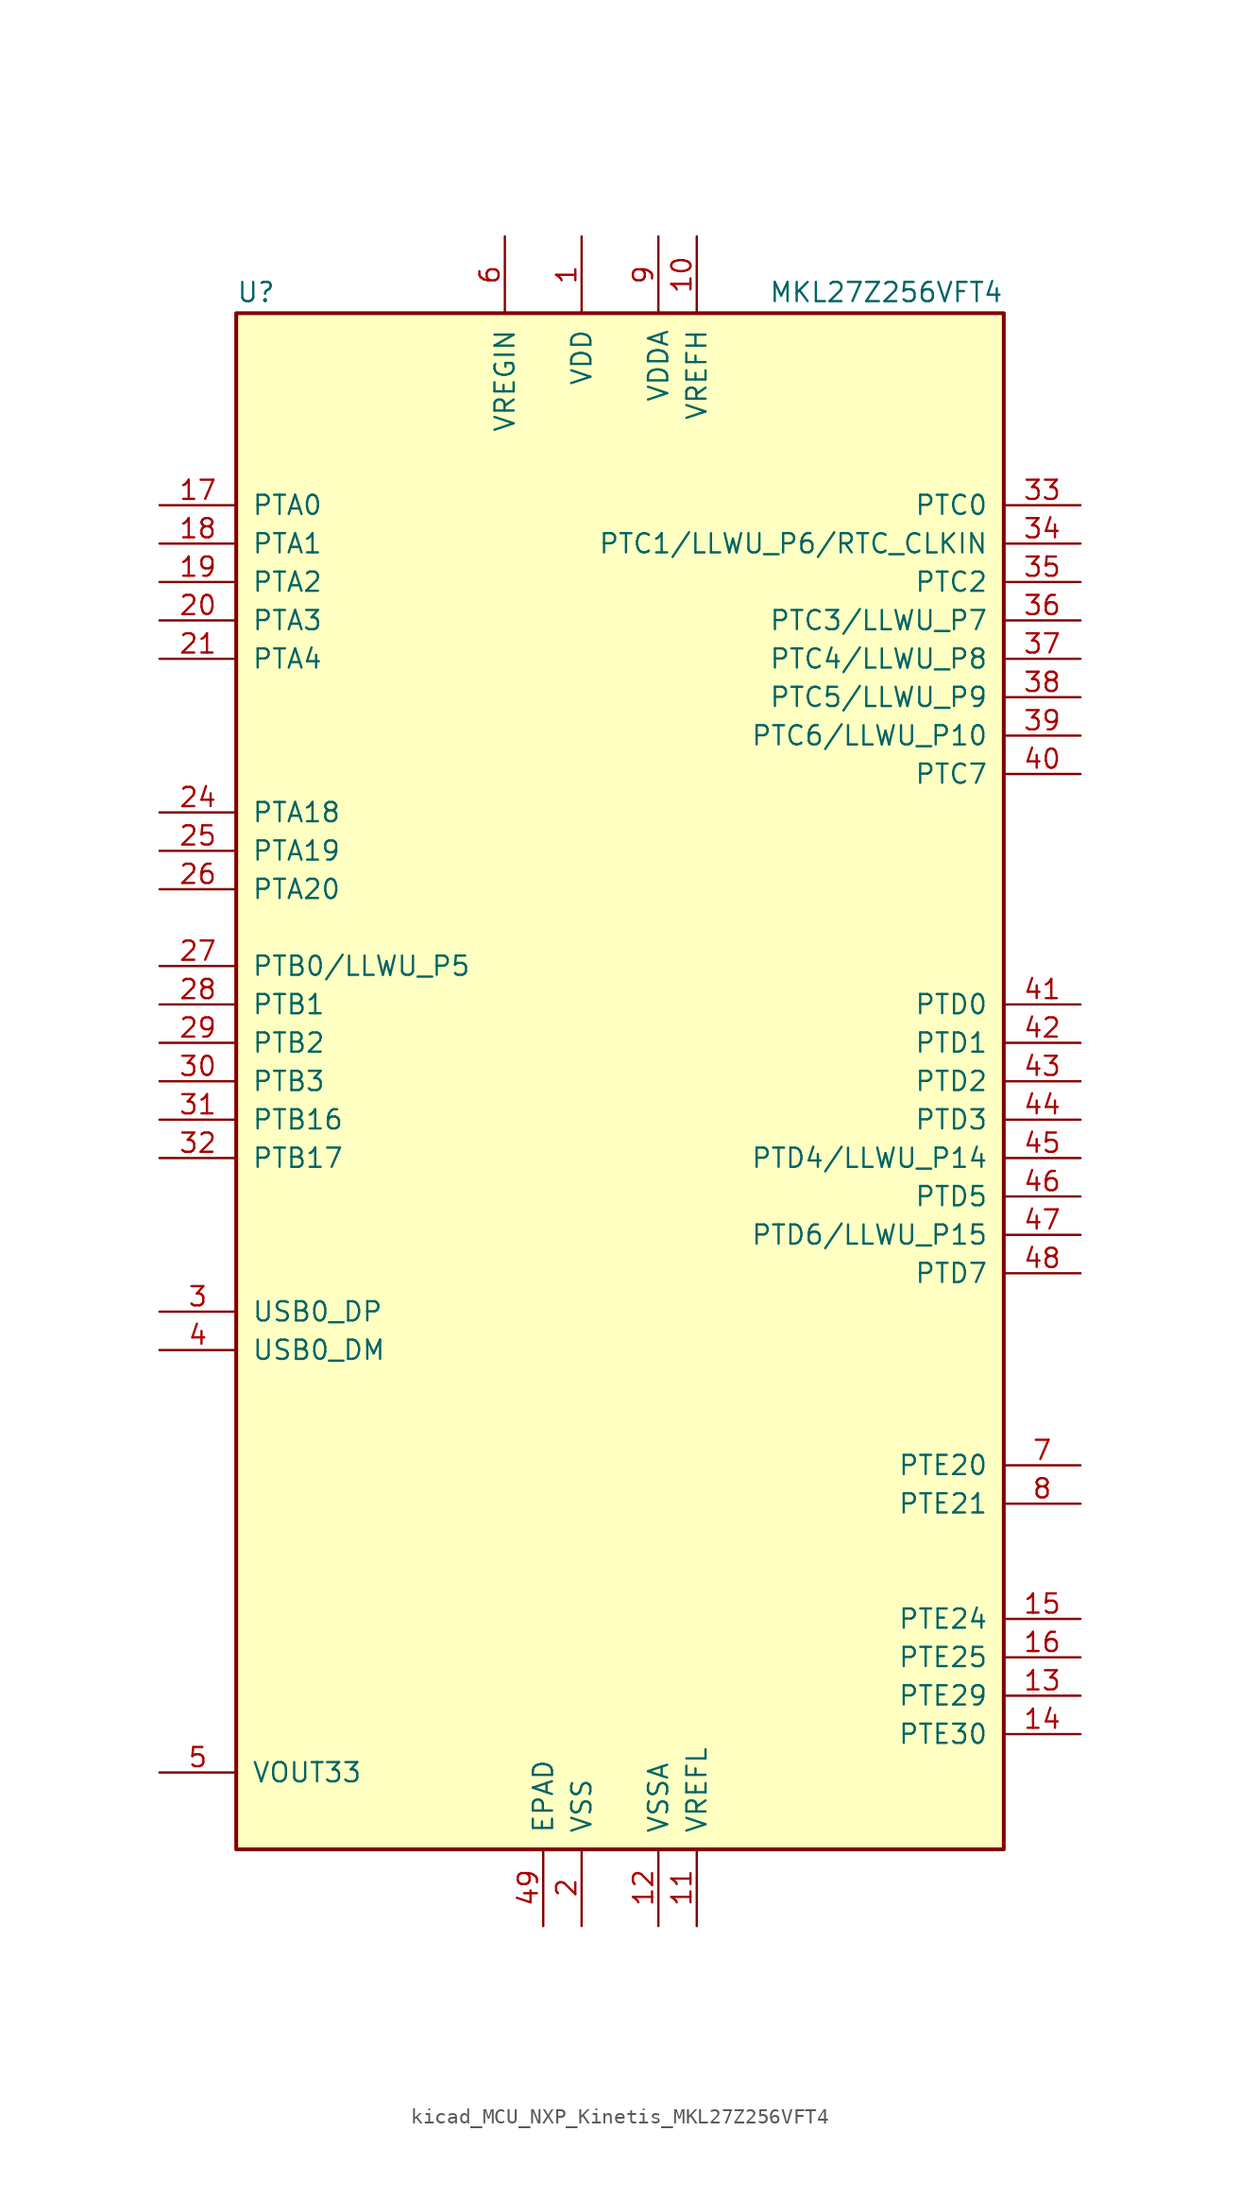
<source format=kicad_sym>
(kicad_symbol_lib
  (version 20220914)
  (generator kicad_symbol_editor)
  (symbol "kicad_MCU_NXP_Kinetis_MKL27Z256VFT4"
    (pin_names
      (offset 1.016))
    (property "Reference" "U"
      (at -25.4 51.435 0)
      (effects (font (size 1.27 1.27)) (justify left bottom)))
    (property "Value" "MKL27Z256VFT4"
      (at 25.4 51.435 0)
      (effects (font (size 1.27 1.27)) (justify right bottom)))
    (symbol "kicad_MCU_NXP_Kinetis_MKL27Z256VFT4_0_1"
      (rectangle (start -25.4 50.8) (end 25.4 -50.8) (stroke (width 0.254) (type default)) (fill (type background))))
    (symbol "kicad_MCU_NXP_Kinetis_MKL27Z256VFT4_1_1"
      (pin power_in line (at -2.54 55.88 270) (length 5.08) (name "VDD" (effects (font (size 1.27 1.27)))) (number "1" (effects (font (size 1.27 1.27)))))
      (pin power_in line (at 5.08 55.88 270) (length 5.08) (name "VREFH" (effects (font (size 1.27 1.27)))) (number "10" (effects (font (size 1.27 1.27)))))
      (pin power_in line (at 5.08 -55.88 90) (length 5.08) (name "VREFL" (effects (font (size 1.27 1.27)))) (number "11" (effects (font (size 1.27 1.27)))))
      (pin power_in line (at 2.54 -55.88 90) (length 5.08) (name "VSSA" (effects (font (size 1.27 1.27)))) (number "12" (effects (font (size 1.27 1.27)))))
      (pin bidirectional line (at 30.48 -40.64 180) (length 5.08) (name "PTE29" (effects (font (size 1.27 1.27)))) (number "13" (effects (font (size 1.27 1.27)))))
      (pin bidirectional line (at 30.48 -43.18 180) (length 5.08) (name "PTE30" (effects (font (size 1.27 1.27)))) (number "14" (effects (font (size 1.27 1.27)))))
      (pin bidirectional line (at 30.48 -35.56 180) (length 5.08) (name "PTE24" (effects (font (size 1.27 1.27)))) (number "15" (effects (font (size 1.27 1.27)))))
      (pin bidirectional line (at 30.48 -38.1 180) (length 5.08) (name "PTE25" (effects (font (size 1.27 1.27)))) (number "16" (effects (font (size 1.27 1.27)))))
      (pin bidirectional line (at -30.48 38.1 0) (length 5.08) (name "PTA0" (effects (font (size 1.27 1.27)))) (number "17" (effects (font (size 1.27 1.27)))))
      (pin bidirectional line (at -30.48 35.56 0) (length 5.08) (name "PTA1" (effects (font (size 1.27 1.27)))) (number "18" (effects (font (size 1.27 1.27)))))
      (pin bidirectional line (at -30.48 33.02 0) (length 5.08) (name "PTA2" (effects (font (size 1.27 1.27)))) (number "19" (effects (font (size 1.27 1.27)))))
      (pin power_in line (at -2.54 -55.88 90) (length 5.08) (name "VSS" (effects (font (size 1.27 1.27)))) (number "2" (effects (font (size 1.27 1.27)))))
      (pin bidirectional line (at -30.48 30.48 0) (length 5.08) (name "PTA3" (effects (font (size 1.27 1.27)))) (number "20" (effects (font (size 1.27 1.27)))))
      (pin bidirectional line (at -30.48 27.94 0) (length 5.08) (name "PTA4" (effects (font (size 1.27 1.27)))) (number "21" (effects (font (size 1.27 1.27)))))
      (pin passive line (at -2.54 55.88 270) (length 5.08) hide (name "VDD" (effects (font (size 1.27 1.27)))) (number "22" (effects (font (size 1.27 1.27)))))
      (pin passive line (at -2.54 -55.88 90) (length 5.08) hide (name "VSS" (effects (font (size 1.27 1.27)))) (number "23" (effects (font (size 1.27 1.27)))))
      (pin bidirectional line (at -30.48 17.78 0) (length 5.08) (name "PTA18" (effects (font (size 1.27 1.27)))) (number "24" (effects (font (size 1.27 1.27)))))
      (pin bidirectional line (at -30.48 15.24 0) (length 5.08) (name "PTA19" (effects (font (size 1.27 1.27)))) (number "25" (effects (font (size 1.27 1.27)))))
      (pin bidirectional line (at -30.48 12.7 0) (length 5.08) (name "PTA20" (effects (font (size 1.27 1.27)))) (number "26" (effects (font (size 1.27 1.27)))))
      (pin bidirectional line (at -30.48 7.62 0) (length 5.08) (name "PTB0/LLWU_P5" (effects (font (size 1.27 1.27)))) (number "27" (effects (font (size 1.27 1.27)))))
      (pin bidirectional line (at -30.48 5.08 0) (length 5.08) (name "PTB1" (effects (font (size 1.27 1.27)))) (number "28" (effects (font (size 1.27 1.27)))))
      (pin bidirectional line (at -30.48 2.54 0) (length 5.08) (name "PTB2" (effects (font (size 1.27 1.27)))) (number "29" (effects (font (size 1.27 1.27)))))
      (pin bidirectional line (at -30.48 -15.24 0) (length 5.08) (name "USB0_DP" (effects (font (size 1.27 1.27)))) (number "3" (effects (font (size 1.27 1.27)))))
      (pin bidirectional line (at -30.48 0 0) (length 5.08) (name "PTB3" (effects (font (size 1.27 1.27)))) (number "30" (effects (font (size 1.27 1.27)))))
      (pin bidirectional line (at -30.48 -2.54 0) (length 5.08) (name "PTB16" (effects (font (size 1.27 1.27)))) (number "31" (effects (font (size 1.27 1.27)))))
      (pin bidirectional line (at -30.48 -5.08 0) (length 5.08) (name "PTB17" (effects (font (size 1.27 1.27)))) (number "32" (effects (font (size 1.27 1.27)))))
      (pin bidirectional line (at 30.48 38.1 180) (length 5.08) (name "PTC0" (effects (font (size 1.27 1.27)))) (number "33" (effects (font (size 1.27 1.27)))))
      (pin bidirectional line (at 30.48 35.56 180) (length 5.08) (name "PTC1/LLWU_P6/RTC_CLKIN" (effects (font (size 1.27 1.27)))) (number "34" (effects (font (size 1.27 1.27)))))
      (pin bidirectional line (at 30.48 33.02 180) (length 5.08) (name "PTC2" (effects (font (size 1.27 1.27)))) (number "35" (effects (font (size 1.27 1.27)))))
      (pin bidirectional line (at 30.48 30.48 180) (length 5.08) (name "PTC3/LLWU_P7" (effects (font (size 1.27 1.27)))) (number "36" (effects (font (size 1.27 1.27)))))
      (pin bidirectional line (at 30.48 27.94 180) (length 5.08) (name "PTC4/LLWU_P8" (effects (font (size 1.27 1.27)))) (number "37" (effects (font (size 1.27 1.27)))))
      (pin bidirectional line (at 30.48 25.4 180) (length 5.08) (name "PTC5/LLWU_P9" (effects (font (size 1.27 1.27)))) (number "38" (effects (font (size 1.27 1.27)))))
      (pin bidirectional line (at 30.48 22.86 180) (length 5.08) (name "PTC6/LLWU_P10" (effects (font (size 1.27 1.27)))) (number "39" (effects (font (size 1.27 1.27)))))
      (pin bidirectional line (at -30.48 -17.78 0) (length 5.08) (name "USB0_DM" (effects (font (size 1.27 1.27)))) (number "4" (effects (font (size 1.27 1.27)))))
      (pin bidirectional line (at 30.48 20.32 180) (length 5.08) (name "PTC7" (effects (font (size 1.27 1.27)))) (number "40" (effects (font (size 1.27 1.27)))))
      (pin bidirectional line (at 30.48 5.08 180) (length 5.08) (name "PTD0" (effects (font (size 1.27 1.27)))) (number "41" (effects (font (size 1.27 1.27)))))
      (pin bidirectional line (at 30.48 2.54 180) (length 5.08) (name "PTD1" (effects (font (size 1.27 1.27)))) (number "42" (effects (font (size 1.27 1.27)))))
      (pin bidirectional line (at 30.48 0 180) (length 5.08) (name "PTD2" (effects (font (size 1.27 1.27)))) (number "43" (effects (font (size 1.27 1.27)))))
      (pin bidirectional line (at 30.48 -2.54 180) (length 5.08) (name "PTD3" (effects (font (size 1.27 1.27)))) (number "44" (effects (font (size 1.27 1.27)))))
      (pin bidirectional line (at 30.48 -5.08 180) (length 5.08) (name "PTD4/LLWU_P14" (effects (font (size 1.27 1.27)))) (number "45" (effects (font (size 1.27 1.27)))))
      (pin bidirectional line (at 30.48 -7.62 180) (length 5.08) (name "PTD5" (effects (font (size 1.27 1.27)))) (number "46" (effects (font (size 1.27 1.27)))))
      (pin bidirectional line (at 30.48 -10.16 180) (length 5.08) (name "PTD6/LLWU_P15" (effects (font (size 1.27 1.27)))) (number "47" (effects (font (size 1.27 1.27)))))
      (pin bidirectional line (at 30.48 -12.7 180) (length 5.08) (name "PTD7" (effects (font (size 1.27 1.27)))) (number "48" (effects (font (size 1.27 1.27)))))
      (pin power_in line (at -5.08 -55.88 90) (length 5.08) (name "EPAD" (effects (font (size 1.27 1.27)))) (number "49" (effects (font (size 1.27 1.27)))))
      (pin power_out line (at -30.48 -45.72 0) (length 5.08) (name "VOUT33" (effects (font (size 1.27 1.27)))) (number "5" (effects (font (size 1.27 1.27)))))
      (pin power_in line (at -7.62 55.88 270) (length 5.08) (name "VREGIN" (effects (font (size 1.27 1.27)))) (number "6" (effects (font (size 1.27 1.27)))))
      (pin bidirectional line (at 30.48 -25.4 180) (length 5.08) (name "PTE20" (effects (font (size 1.27 1.27)))) (number "7" (effects (font (size 1.27 1.27)))))
      (pin bidirectional line (at 30.48 -27.94 180) (length 5.08) (name "PTE21" (effects (font (size 1.27 1.27)))) (number "8" (effects (font (size 1.27 1.27)))))
      (pin power_in line (at 2.54 55.88 270) (length 5.08) (name "VDDA" (effects (font (size 1.27 1.27)))) (number "9" (effects (font (size 1.27 1.27))))))))
</source>
